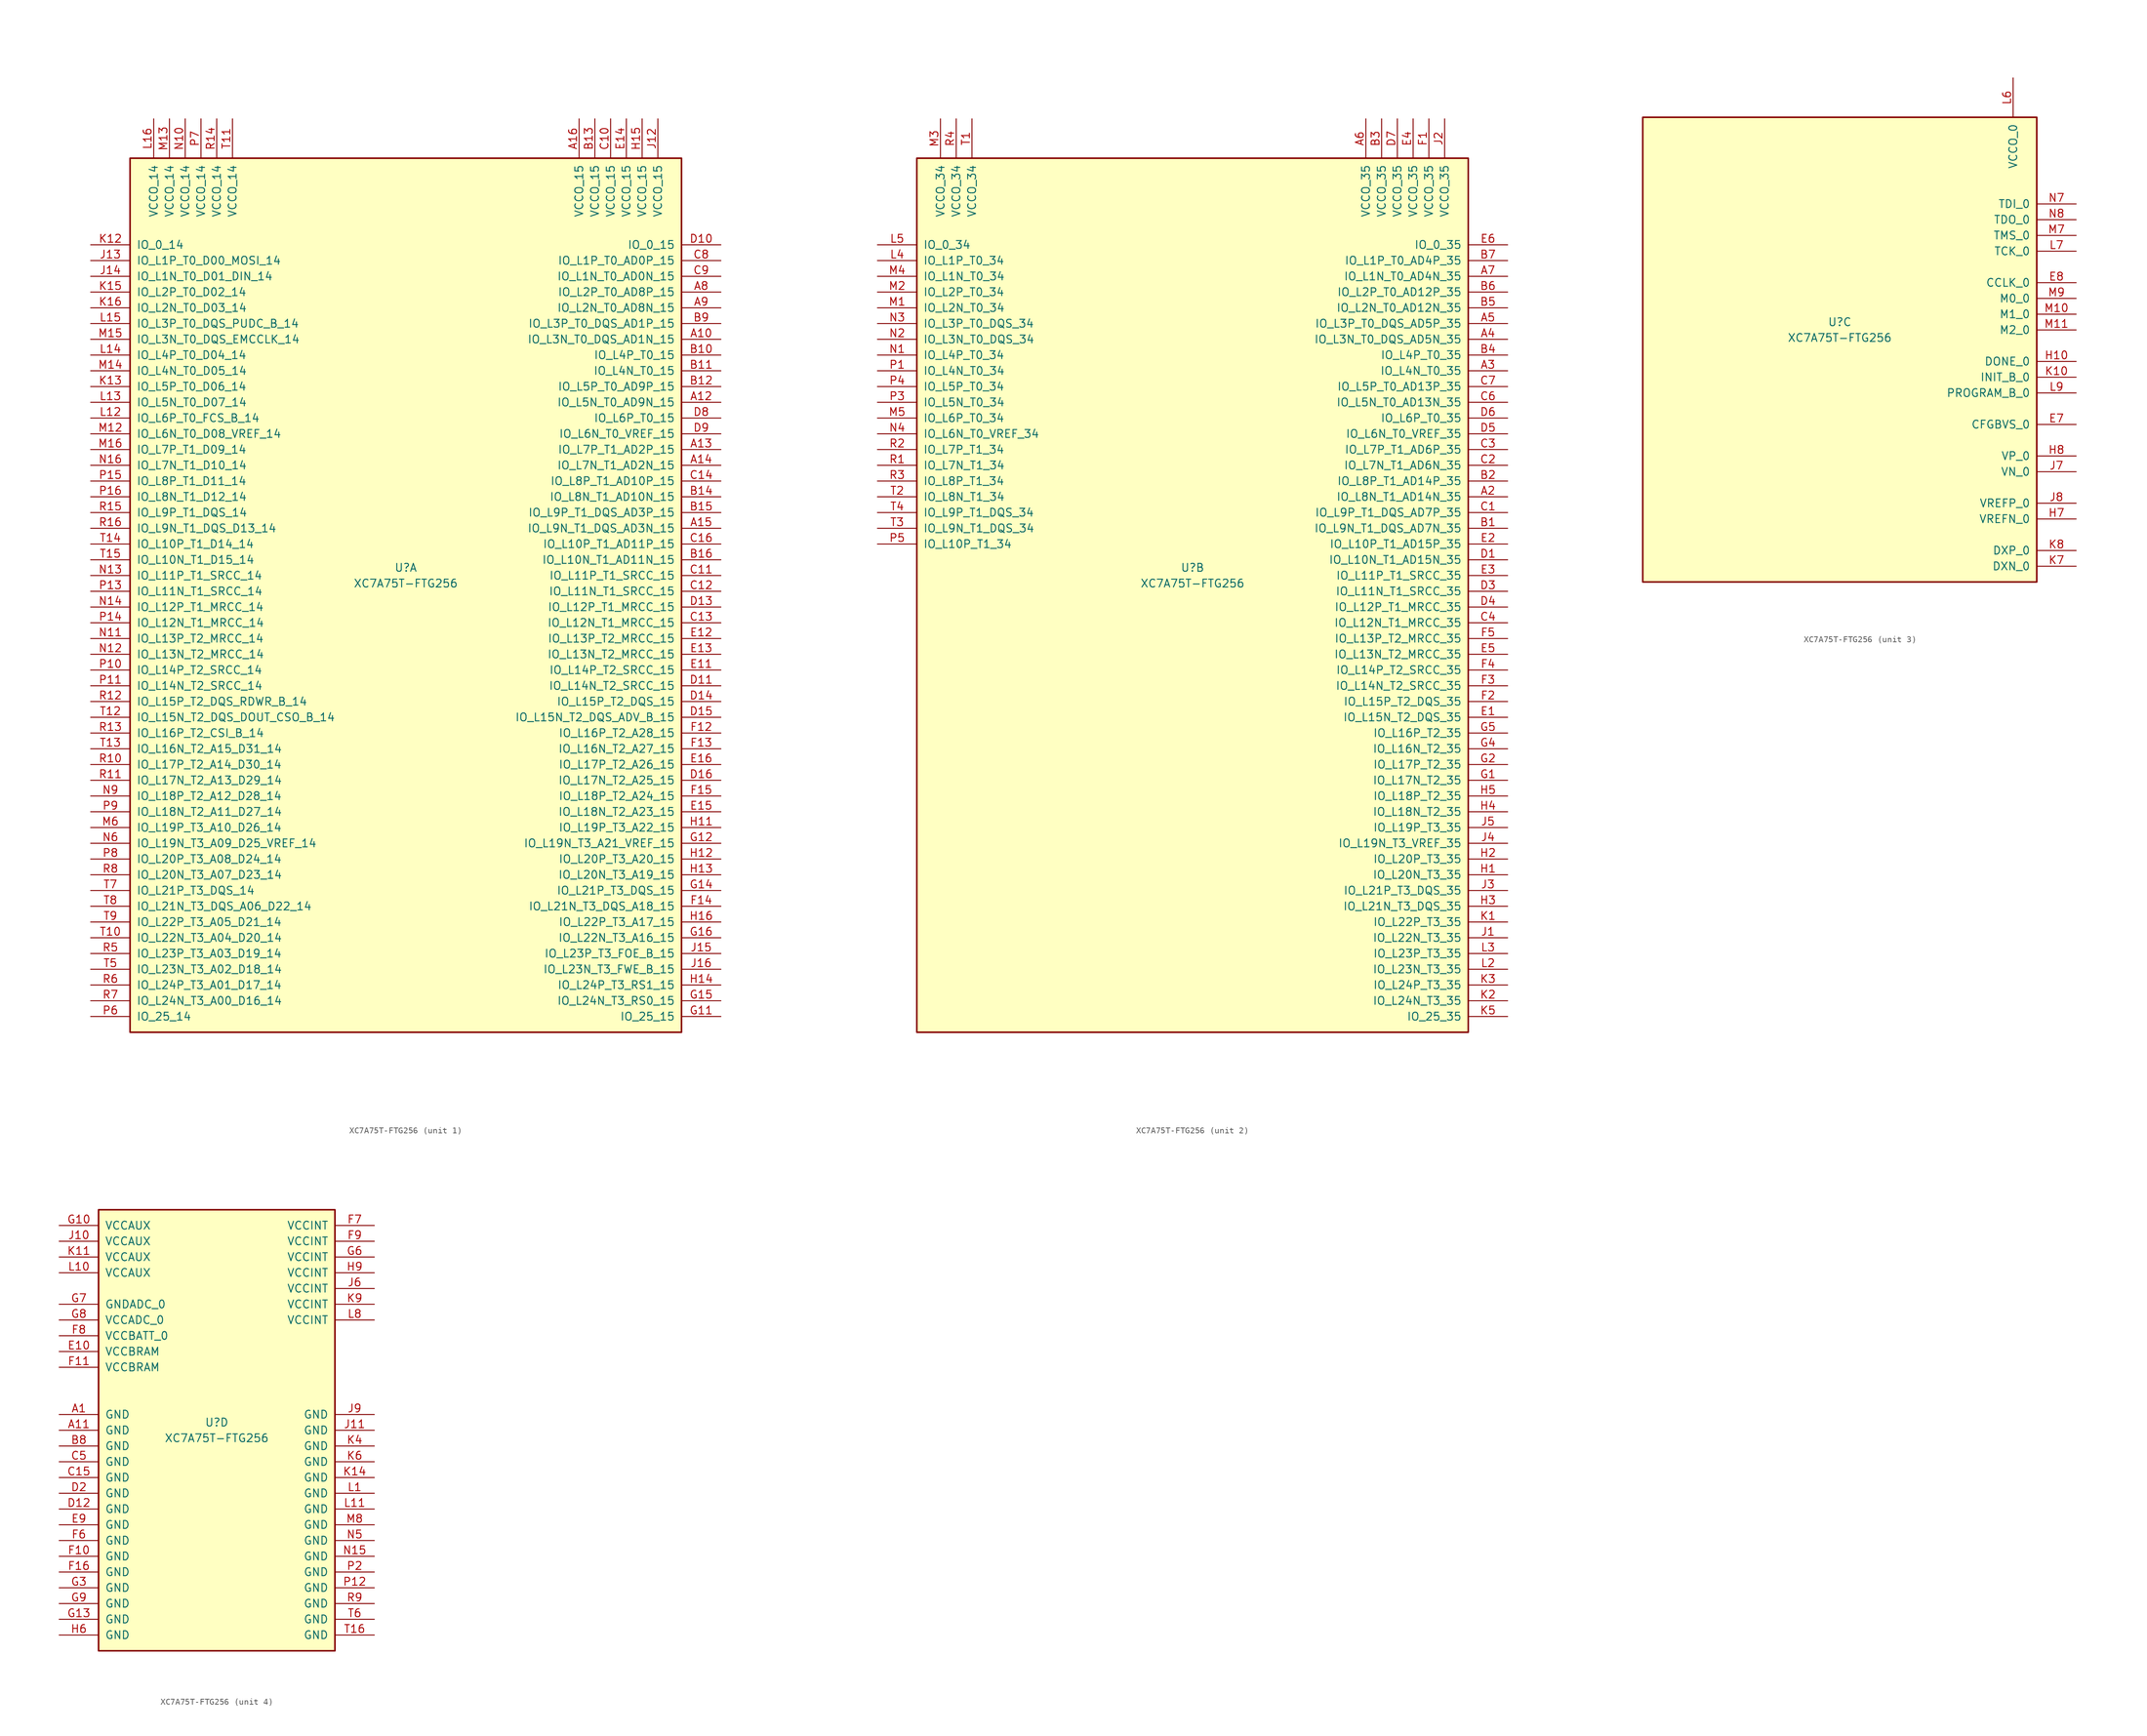
<source format=kicad_sym>
(kicad_symbol_lib
  (version 20201005)
  (generator kicad_symbol_editor)
  (symbol "FPGA_Xilinx_Artix7:XC7A75T-FTG256"
    (pin_names
      (offset 1.016))
    (property "Reference" "U"
      (at 0 1.27 0)
      (effects (font (size 1.27 1.27))))
    (property "Value" "XC7A75T-FTG256"
      (at 0 -1.27 0)
      (effects (font (size 1.27 1.27))))
    (property "Datasheet" ""
      (at 0 0 0)
      (effects (font (size 1.27 1.27))))
    (property "ki_locked" ""
      (at 0 0 0)
      (effects (font (size 1.27 1.27))))
    (symbol "XC7A75T-FTG256_1_1"
      (rectangle (start -44.45 67.31) (end 44.45 -73.66) (stroke (width 0.254)) (fill (type background)))
      (pin power_in line (at -40.64 73.66 270) (length 6.35) (name "VCCO_14" (effects (font (size 1.27 1.27)))) (number "L16" (effects (font (size 1.27 1.27)))))
      (pin power_in line (at -38.1 73.66 270) (length 6.35) (name "VCCO_14" (effects (font (size 1.27 1.27)))) (number "M13" (effects (font (size 1.27 1.27)))))
      (pin power_in line (at -35.56 73.66 270) (length 6.35) (name "VCCO_14" (effects (font (size 1.27 1.27)))) (number "N10" (effects (font (size 1.27 1.27)))))
      (pin power_in line (at -33.02 73.66 270) (length 6.35) (name "VCCO_14" (effects (font (size 1.27 1.27)))) (number "P7" (effects (font (size 1.27 1.27)))))
      (pin power_in line (at -30.48 73.66 270) (length 6.35) (name "VCCO_14" (effects (font (size 1.27 1.27)))) (number "R14" (effects (font (size 1.27 1.27)))))
      (pin power_in line (at -27.94 73.66 270) (length 6.35) (name "VCCO_14" (effects (font (size 1.27 1.27)))) (number "T11" (effects (font (size 1.27 1.27)))))
      (pin bidirectional line (at -50.8 53.34 0) (length 6.35) (name "IO_0_14" (effects (font (size 1.27 1.27)))) (number "K12" (effects (font (size 1.27 1.27)))))
      (pin bidirectional line (at -50.8 50.8 0) (length 6.35) (name "IO_L1P_T0_D00_MOSI_14" (effects (font (size 1.27 1.27)))) (number "J13" (effects (font (size 1.27 1.27)))))
      (pin bidirectional line (at -50.8 48.26 0) (length 6.35) (name "IO_L1N_T0_D01_DIN_14" (effects (font (size 1.27 1.27)))) (number "J14" (effects (font (size 1.27 1.27)))))
      (pin bidirectional line (at -50.8 45.72 0) (length 6.35) (name "IO_L2P_T0_D02_14" (effects (font (size 1.27 1.27)))) (number "K15" (effects (font (size 1.27 1.27)))))
      (pin bidirectional line (at -50.8 43.18 0) (length 6.35) (name "IO_L2N_T0_D03_14" (effects (font (size 1.27 1.27)))) (number "K16" (effects (font (size 1.27 1.27)))))
      (pin bidirectional line (at -50.8 40.64 0) (length 6.35) (name "IO_L3P_T0_DQS_PUDC_B_14" (effects (font (size 1.27 1.27)))) (number "L15" (effects (font (size 1.27 1.27)))))
      (pin bidirectional line (at -50.8 38.1 0) (length 6.35) (name "IO_L3N_T0_DQS_EMCCLK_14" (effects (font (size 1.27 1.27)))) (number "M15" (effects (font (size 1.27 1.27)))))
      (pin bidirectional line (at -50.8 35.56 0) (length 6.35) (name "IO_L4P_T0_D04_14" (effects (font (size 1.27 1.27)))) (number "L14" (effects (font (size 1.27 1.27)))))
      (pin bidirectional line (at -50.8 33.02 0) (length 6.35) (name "IO_L4N_T0_D05_14" (effects (font (size 1.27 1.27)))) (number "M14" (effects (font (size 1.27 1.27)))))
      (pin bidirectional line (at -50.8 30.48 0) (length 6.35) (name "IO_L5P_T0_D06_14" (effects (font (size 1.27 1.27)))) (number "K13" (effects (font (size 1.27 1.27)))))
      (pin bidirectional line (at -50.8 27.94 0) (length 6.35) (name "IO_L5N_T0_D07_14" (effects (font (size 1.27 1.27)))) (number "L13" (effects (font (size 1.27 1.27)))))
      (pin bidirectional line (at -50.8 25.4 0) (length 6.35) (name "IO_L6P_T0_FCS_B_14" (effects (font (size 1.27 1.27)))) (number "L12" (effects (font (size 1.27 1.27)))))
      (pin bidirectional line (at -50.8 22.86 0) (length 6.35) (name "IO_L6N_T0_D08_VREF_14" (effects (font (size 1.27 1.27)))) (number "M12" (effects (font (size 1.27 1.27)))))
      (pin bidirectional line (at -50.8 20.32 0) (length 6.35) (name "IO_L7P_T1_D09_14" (effects (font (size 1.27 1.27)))) (number "M16" (effects (font (size 1.27 1.27)))))
      (pin bidirectional line (at -50.8 17.78 0) (length 6.35) (name "IO_L7N_T1_D10_14" (effects (font (size 1.27 1.27)))) (number "N16" (effects (font (size 1.27 1.27)))))
      (pin bidirectional line (at -50.8 15.24 0) (length 6.35) (name "IO_L8P_T1_D11_14" (effects (font (size 1.27 1.27)))) (number "P15" (effects (font (size 1.27 1.27)))))
      (pin bidirectional line (at -50.8 12.7 0) (length 6.35) (name "IO_L8N_T1_D12_14" (effects (font (size 1.27 1.27)))) (number "P16" (effects (font (size 1.27 1.27)))))
      (pin bidirectional line (at -50.8 10.16 0) (length 6.35) (name "IO_L9P_T1_DQS_14" (effects (font (size 1.27 1.27)))) (number "R15" (effects (font (size 1.27 1.27)))))
      (pin bidirectional line (at -50.8 7.62 0) (length 6.35) (name "IO_L9N_T1_DQS_D13_14" (effects (font (size 1.27 1.27)))) (number "R16" (effects (font (size 1.27 1.27)))))
      (pin bidirectional line (at -50.8 5.08 0) (length 6.35) (name "IO_L10P_T1_D14_14" (effects (font (size 1.27 1.27)))) (number "T14" (effects (font (size 1.27 1.27)))))
      (pin bidirectional line (at -50.8 2.54 0) (length 6.35) (name "IO_L10N_T1_D15_14" (effects (font (size 1.27 1.27)))) (number "T15" (effects (font (size 1.27 1.27)))))
      (pin bidirectional line (at -50.8 0 0) (length 6.35) (name "IO_L11P_T1_SRCC_14" (effects (font (size 1.27 1.27)))) (number "N13" (effects (font (size 1.27 1.27)))))
      (pin bidirectional line (at -50.8 -2.54 0) (length 6.35) (name "IO_L11N_T1_SRCC_14" (effects (font (size 1.27 1.27)))) (number "P13" (effects (font (size 1.27 1.27)))))
      (pin bidirectional line (at -50.8 -5.08 0) (length 6.35) (name "IO_L12P_T1_MRCC_14" (effects (font (size 1.27 1.27)))) (number "N14" (effects (font (size 1.27 1.27)))))
      (pin bidirectional line (at -50.8 -7.62 0) (length 6.35) (name "IO_L12N_T1_MRCC_14" (effects (font (size 1.27 1.27)))) (number "P14" (effects (font (size 1.27 1.27)))))
      (pin bidirectional line (at -50.8 -10.16 0) (length 6.35) (name "IO_L13P_T2_MRCC_14" (effects (font (size 1.27 1.27)))) (number "N11" (effects (font (size 1.27 1.27)))))
      (pin bidirectional line (at -50.8 -12.7 0) (length 6.35) (name "IO_L13N_T2_MRCC_14" (effects (font (size 1.27 1.27)))) (number "N12" (effects (font (size 1.27 1.27)))))
      (pin bidirectional line (at -50.8 -15.24 0) (length 6.35) (name "IO_L14P_T2_SRCC_14" (effects (font (size 1.27 1.27)))) (number "P10" (effects (font (size 1.27 1.27)))))
      (pin bidirectional line (at -50.8 -17.78 0) (length 6.35) (name "IO_L14N_T2_SRCC_14" (effects (font (size 1.27 1.27)))) (number "P11" (effects (font (size 1.27 1.27)))))
      (pin bidirectional line (at -50.8 -20.32 0) (length 6.35) (name "IO_L15P_T2_DQS_RDWR_B_14" (effects (font (size 1.27 1.27)))) (number "R12" (effects (font (size 1.27 1.27)))))
      (pin bidirectional line (at -50.8 -22.86 0) (length 6.35) (name "IO_L15N_T2_DQS_DOUT_CSO_B_14" (effects (font (size 1.27 1.27)))) (number "T12" (effects (font (size 1.27 1.27)))))
      (pin bidirectional line (at -50.8 -25.4 0) (length 6.35) (name "IO_L16P_T2_CSI_B_14" (effects (font (size 1.27 1.27)))) (number "R13" (effects (font (size 1.27 1.27)))))
      (pin bidirectional line (at -50.8 -27.94 0) (length 6.35) (name "IO_L16N_T2_A15_D31_14" (effects (font (size 1.27 1.27)))) (number "T13" (effects (font (size 1.27 1.27)))))
      (pin bidirectional line (at -50.8 -30.48 0) (length 6.35) (name "IO_L17P_T2_A14_D30_14" (effects (font (size 1.27 1.27)))) (number "R10" (effects (font (size 1.27 1.27)))))
      (pin bidirectional line (at -50.8 -33.02 0) (length 6.35) (name "IO_L17N_T2_A13_D29_14" (effects (font (size 1.27 1.27)))) (number "R11" (effects (font (size 1.27 1.27)))))
      (pin bidirectional line (at -50.8 -35.56 0) (length 6.35) (name "IO_L18P_T2_A12_D28_14" (effects (font (size 1.27 1.27)))) (number "N9" (effects (font (size 1.27 1.27)))))
      (pin bidirectional line (at -50.8 -38.1 0) (length 6.35) (name "IO_L18N_T2_A11_D27_14" (effects (font (size 1.27 1.27)))) (number "P9" (effects (font (size 1.27 1.27)))))
      (pin bidirectional line (at -50.8 -40.64 0) (length 6.35) (name "IO_L19P_T3_A10_D26_14" (effects (font (size 1.27 1.27)))) (number "M6" (effects (font (size 1.27 1.27)))))
      (pin bidirectional line (at -50.8 -43.18 0) (length 6.35) (name "IO_L19N_T3_A09_D25_VREF_14" (effects (font (size 1.27 1.27)))) (number "N6" (effects (font (size 1.27 1.27)))))
      (pin bidirectional line (at -50.8 -45.72 0) (length 6.35) (name "IO_L20P_T3_A08_D24_14" (effects (font (size 1.27 1.27)))) (number "P8" (effects (font (size 1.27 1.27)))))
      (pin bidirectional line (at -50.8 -48.26 0) (length 6.35) (name "IO_L20N_T3_A07_D23_14" (effects (font (size 1.27 1.27)))) (number "R8" (effects (font (size 1.27 1.27)))))
      (pin bidirectional line (at -50.8 -50.8 0) (length 6.35) (name "IO_L21P_T3_DQS_14" (effects (font (size 1.27 1.27)))) (number "T7" (effects (font (size 1.27 1.27)))))
      (pin bidirectional line (at -50.8 -53.34 0) (length 6.35) (name "IO_L21N_T3_DQS_A06_D22_14" (effects (font (size 1.27 1.27)))) (number "T8" (effects (font (size 1.27 1.27)))))
      (pin bidirectional line (at -50.8 -55.88 0) (length 6.35) (name "IO_L22P_T3_A05_D21_14" (effects (font (size 1.27 1.27)))) (number "T9" (effects (font (size 1.27 1.27)))))
      (pin bidirectional line (at -50.8 -58.42 0) (length 6.35) (name "IO_L22N_T3_A04_D20_14" (effects (font (size 1.27 1.27)))) (number "T10" (effects (font (size 1.27 1.27)))))
      (pin bidirectional line (at -50.8 -60.96 0) (length 6.35) (name "IO_L23P_T3_A03_D19_14" (effects (font (size 1.27 1.27)))) (number "R5" (effects (font (size 1.27 1.27)))))
      (pin bidirectional line (at -50.8 -63.5 0) (length 6.35) (name "IO_L23N_T3_A02_D18_14" (effects (font (size 1.27 1.27)))) (number "T5" (effects (font (size 1.27 1.27)))))
      (pin bidirectional line (at -50.8 -66.04 0) (length 6.35) (name "IO_L24P_T3_A01_D17_14" (effects (font (size 1.27 1.27)))) (number "R6" (effects (font (size 1.27 1.27)))))
      (pin bidirectional line (at -50.8 -68.58 0) (length 6.35) (name "IO_L24N_T3_A00_D16_14" (effects (font (size 1.27 1.27)))) (number "R7" (effects (font (size 1.27 1.27)))))
      (pin bidirectional line (at -50.8 -71.12 0) (length 6.35) (name "IO_25_14" (effects (font (size 1.27 1.27)))) (number "P6" (effects (font (size 1.27 1.27)))))
      (pin power_in line (at 27.94 73.66 270) (length 6.35) (name "VCCO_15" (effects (font (size 1.27 1.27)))) (number "A16" (effects (font (size 1.27 1.27)))))
      (pin power_in line (at 30.48 73.66 270) (length 6.35) (name "VCCO_15" (effects (font (size 1.27 1.27)))) (number "B13" (effects (font (size 1.27 1.27)))))
      (pin power_in line (at 33.02 73.66 270) (length 6.35) (name "VCCO_15" (effects (font (size 1.27 1.27)))) (number "C10" (effects (font (size 1.27 1.27)))))
      (pin power_in line (at 35.56 73.66 270) (length 6.35) (name "VCCO_15" (effects (font (size 1.27 1.27)))) (number "E14" (effects (font (size 1.27 1.27)))))
      (pin power_in line (at 38.1 73.66 270) (length 6.35) (name "VCCO_15" (effects (font (size 1.27 1.27)))) (number "H15" (effects (font (size 1.27 1.27)))))
      (pin power_in line (at 40.64 73.66 270) (length 6.35) (name "VCCO_15" (effects (font (size 1.27 1.27)))) (number "J12" (effects (font (size 1.27 1.27)))))
      (pin bidirectional line (at 50.8 53.34 180) (length 6.35) (name "IO_0_15" (effects (font (size 1.27 1.27)))) (number "D10" (effects (font (size 1.27 1.27)))))
      (pin bidirectional line (at 50.8 50.8 180) (length 6.35) (name "IO_L1P_T0_AD0P_15" (effects (font (size 1.27 1.27)))) (number "C8" (effects (font (size 1.27 1.27)))))
      (pin bidirectional line (at 50.8 48.26 180) (length 6.35) (name "IO_L1N_T0_AD0N_15" (effects (font (size 1.27 1.27)))) (number "C9" (effects (font (size 1.27 1.27)))))
      (pin bidirectional line (at 50.8 45.72 180) (length 6.35) (name "IO_L2P_T0_AD8P_15" (effects (font (size 1.27 1.27)))) (number "A8" (effects (font (size 1.27 1.27)))))
      (pin bidirectional line (at 50.8 43.18 180) (length 6.35) (name "IO_L2N_T0_AD8N_15" (effects (font (size 1.27 1.27)))) (number "A9" (effects (font (size 1.27 1.27)))))
      (pin bidirectional line (at 50.8 40.64 180) (length 6.35) (name "IO_L3P_T0_DQS_AD1P_15" (effects (font (size 1.27 1.27)))) (number "B9" (effects (font (size 1.27 1.27)))))
      (pin bidirectional line (at 50.8 38.1 180) (length 6.35) (name "IO_L3N_T0_DQS_AD1N_15" (effects (font (size 1.27 1.27)))) (number "A10" (effects (font (size 1.27 1.27)))))
      (pin bidirectional line (at 50.8 35.56 180) (length 6.35) (name "IO_L4P_T0_15" (effects (font (size 1.27 1.27)))) (number "B10" (effects (font (size 1.27 1.27)))))
      (pin bidirectional line (at 50.8 33.02 180) (length 6.35) (name "IO_L4N_T0_15" (effects (font (size 1.27 1.27)))) (number "B11" (effects (font (size 1.27 1.27)))))
      (pin bidirectional line (at 50.8 30.48 180) (length 6.35) (name "IO_L5P_T0_AD9P_15" (effects (font (size 1.27 1.27)))) (number "B12" (effects (font (size 1.27 1.27)))))
      (pin bidirectional line (at 50.8 27.94 180) (length 6.35) (name "IO_L5N_T0_AD9N_15" (effects (font (size 1.27 1.27)))) (number "A12" (effects (font (size 1.27 1.27)))))
      (pin bidirectional line (at 50.8 25.4 180) (length 6.35) (name "IO_L6P_T0_15" (effects (font (size 1.27 1.27)))) (number "D8" (effects (font (size 1.27 1.27)))))
      (pin bidirectional line (at 50.8 22.86 180) (length 6.35) (name "IO_L6N_T0_VREF_15" (effects (font (size 1.27 1.27)))) (number "D9" (effects (font (size 1.27 1.27)))))
      (pin bidirectional line (at 50.8 20.32 180) (length 6.35) (name "IO_L7P_T1_AD2P_15" (effects (font (size 1.27 1.27)))) (number "A13" (effects (font (size 1.27 1.27)))))
      (pin bidirectional line (at 50.8 17.78 180) (length 6.35) (name "IO_L7N_T1_AD2N_15" (effects (font (size 1.27 1.27)))) (number "A14" (effects (font (size 1.27 1.27)))))
      (pin bidirectional line (at 50.8 15.24 180) (length 6.35) (name "IO_L8P_T1_AD10P_15" (effects (font (size 1.27 1.27)))) (number "C14" (effects (font (size 1.27 1.27)))))
      (pin bidirectional line (at 50.8 12.7 180) (length 6.35) (name "IO_L8N_T1_AD10N_15" (effects (font (size 1.27 1.27)))) (number "B14" (effects (font (size 1.27 1.27)))))
      (pin bidirectional line (at 50.8 10.16 180) (length 6.35) (name "IO_L9P_T1_DQS_AD3P_15" (effects (font (size 1.27 1.27)))) (number "B15" (effects (font (size 1.27 1.27)))))
      (pin bidirectional line (at 50.8 7.62 180) (length 6.35) (name "IO_L9N_T1_DQS_AD3N_15" (effects (font (size 1.27 1.27)))) (number "A15" (effects (font (size 1.27 1.27)))))
      (pin bidirectional line (at 50.8 5.08 180) (length 6.35) (name "IO_L10P_T1_AD11P_15" (effects (font (size 1.27 1.27)))) (number "C16" (effects (font (size 1.27 1.27)))))
      (pin bidirectional line (at 50.8 2.54 180) (length 6.35) (name "IO_L10N_T1_AD11N_15" (effects (font (size 1.27 1.27)))) (number "B16" (effects (font (size 1.27 1.27)))))
      (pin bidirectional line (at 50.8 0 180) (length 6.35) (name "IO_L11P_T1_SRCC_15" (effects (font (size 1.27 1.27)))) (number "C11" (effects (font (size 1.27 1.27)))))
      (pin bidirectional line (at 50.8 -2.54 180) (length 6.35) (name "IO_L11N_T1_SRCC_15" (effects (font (size 1.27 1.27)))) (number "C12" (effects (font (size 1.27 1.27)))))
      (pin bidirectional line (at 50.8 -5.08 180) (length 6.35) (name "IO_L12P_T1_MRCC_15" (effects (font (size 1.27 1.27)))) (number "D13" (effects (font (size 1.27 1.27)))))
      (pin bidirectional line (at 50.8 -7.62 180) (length 6.35) (name "IO_L12N_T1_MRCC_15" (effects (font (size 1.27 1.27)))) (number "C13" (effects (font (size 1.27 1.27)))))
      (pin bidirectional line (at 50.8 -10.16 180) (length 6.35) (name "IO_L13P_T2_MRCC_15" (effects (font (size 1.27 1.27)))) (number "E12" (effects (font (size 1.27 1.27)))))
      (pin bidirectional line (at 50.8 -12.7 180) (length 6.35) (name "IO_L13N_T2_MRCC_15" (effects (font (size 1.27 1.27)))) (number "E13" (effects (font (size 1.27 1.27)))))
      (pin bidirectional line (at 50.8 -15.24 180) (length 6.35) (name "IO_L14P_T2_SRCC_15" (effects (font (size 1.27 1.27)))) (number "E11" (effects (font (size 1.27 1.27)))))
      (pin bidirectional line (at 50.8 -17.78 180) (length 6.35) (name "IO_L14N_T2_SRCC_15" (effects (font (size 1.27 1.27)))) (number "D11" (effects (font (size 1.27 1.27)))))
      (pin bidirectional line (at 50.8 -20.32 180) (length 6.35) (name "IO_L15P_T2_DQS_15" (effects (font (size 1.27 1.27)))) (number "D14" (effects (font (size 1.27 1.27)))))
      (pin bidirectional line (at 50.8 -22.86 180) (length 6.35) (name "IO_L15N_T2_DQS_ADV_B_15" (effects (font (size 1.27 1.27)))) (number "D15" (effects (font (size 1.27 1.27)))))
      (pin bidirectional line (at 50.8 -25.4 180) (length 6.35) (name "IO_L16P_T2_A28_15" (effects (font (size 1.27 1.27)))) (number "F12" (effects (font (size 1.27 1.27)))))
      (pin bidirectional line (at 50.8 -27.94 180) (length 6.35) (name "IO_L16N_T2_A27_15" (effects (font (size 1.27 1.27)))) (number "F13" (effects (font (size 1.27 1.27)))))
      (pin bidirectional line (at 50.8 -30.48 180) (length 6.35) (name "IO_L17P_T2_A26_15" (effects (font (size 1.27 1.27)))) (number "E16" (effects (font (size 1.27 1.27)))))
      (pin bidirectional line (at 50.8 -33.02 180) (length 6.35) (name "IO_L17N_T2_A25_15" (effects (font (size 1.27 1.27)))) (number "D16" (effects (font (size 1.27 1.27)))))
      (pin bidirectional line (at 50.8 -35.56 180) (length 6.35) (name "IO_L18P_T2_A24_15" (effects (font (size 1.27 1.27)))) (number "F15" (effects (font (size 1.27 1.27)))))
      (pin bidirectional line (at 50.8 -38.1 180) (length 6.35) (name "IO_L18N_T2_A23_15" (effects (font (size 1.27 1.27)))) (number "E15" (effects (font (size 1.27 1.27)))))
      (pin bidirectional line (at 50.8 -40.64 180) (length 6.35) (name "IO_L19P_T3_A22_15" (effects (font (size 1.27 1.27)))) (number "H11" (effects (font (size 1.27 1.27)))))
      (pin bidirectional line (at 50.8 -43.18 180) (length 6.35) (name "IO_L19N_T3_A21_VREF_15" (effects (font (size 1.27 1.27)))) (number "G12" (effects (font (size 1.27 1.27)))))
      (pin bidirectional line (at 50.8 -45.72 180) (length 6.35) (name "IO_L20P_T3_A20_15" (effects (font (size 1.27 1.27)))) (number "H12" (effects (font (size 1.27 1.27)))))
      (pin bidirectional line (at 50.8 -48.26 180) (length 6.35) (name "IO_L20N_T3_A19_15" (effects (font (size 1.27 1.27)))) (number "H13" (effects (font (size 1.27 1.27)))))
      (pin bidirectional line (at 50.8 -50.8 180) (length 6.35) (name "IO_L21P_T3_DQS_15" (effects (font (size 1.27 1.27)))) (number "G14" (effects (font (size 1.27 1.27)))))
      (pin bidirectional line (at 50.8 -53.34 180) (length 6.35) (name "IO_L21N_T3_DQS_A18_15" (effects (font (size 1.27 1.27)))) (number "F14" (effects (font (size 1.27 1.27)))))
      (pin bidirectional line (at 50.8 -55.88 180) (length 6.35) (name "IO_L22P_T3_A17_15" (effects (font (size 1.27 1.27)))) (number "H16" (effects (font (size 1.27 1.27)))))
      (pin bidirectional line (at 50.8 -58.42 180) (length 6.35) (name "IO_L22N_T3_A16_15" (effects (font (size 1.27 1.27)))) (number "G16" (effects (font (size 1.27 1.27)))))
      (pin bidirectional line (at 50.8 -60.96 180) (length 6.35) (name "IO_L23P_T3_FOE_B_15" (effects (font (size 1.27 1.27)))) (number "J15" (effects (font (size 1.27 1.27)))))
      (pin bidirectional line (at 50.8 -63.5 180) (length 6.35) (name "IO_L23N_T3_FWE_B_15" (effects (font (size 1.27 1.27)))) (number "J16" (effects (font (size 1.27 1.27)))))
      (pin bidirectional line (at 50.8 -66.04 180) (length 6.35) (name "IO_L24P_T3_RS1_15" (effects (font (size 1.27 1.27)))) (number "H14" (effects (font (size 1.27 1.27)))))
      (pin bidirectional line (at 50.8 -68.58 180) (length 6.35) (name "IO_L24N_T3_RS0_15" (effects (font (size 1.27 1.27)))) (number "G15" (effects (font (size 1.27 1.27)))))
      (pin bidirectional line (at 50.8 -71.12 180) (length 6.35) (name "IO_25_15" (effects (font (size 1.27 1.27)))) (number "G11" (effects (font (size 1.27 1.27))))))
    (symbol "XC7A75T-FTG256_2_1"
      (rectangle (start -44.45 67.31) (end 44.45 -73.66) (stroke (width 0.254)) (fill (type background)))
      (pin power_in line (at -40.64 73.66 270) (length 6.35) (name "VCCO_34" (effects (font (size 1.27 1.27)))) (number "M3" (effects (font (size 1.27 1.27)))))
      (pin power_in line (at -38.1 73.66 270) (length 6.35) (name "VCCO_34" (effects (font (size 1.27 1.27)))) (number "R4" (effects (font (size 1.27 1.27)))))
      (pin power_in line (at -35.56 73.66 270) (length 6.35) (name "VCCO_34" (effects (font (size 1.27 1.27)))) (number "T1" (effects (font (size 1.27 1.27)))))
      (pin bidirectional line (at -50.8 53.34 0) (length 6.35) (name "IO_0_34" (effects (font (size 1.27 1.27)))) (number "L5" (effects (font (size 1.27 1.27)))))
      (pin bidirectional line (at -50.8 50.8 0) (length 6.35) (name "IO_L1P_T0_34" (effects (font (size 1.27 1.27)))) (number "L4" (effects (font (size 1.27 1.27)))))
      (pin bidirectional line (at -50.8 48.26 0) (length 6.35) (name "IO_L1N_T0_34" (effects (font (size 1.27 1.27)))) (number "M4" (effects (font (size 1.27 1.27)))))
      (pin bidirectional line (at -50.8 45.72 0) (length 6.35) (name "IO_L2P_T0_34" (effects (font (size 1.27 1.27)))) (number "M2" (effects (font (size 1.27 1.27)))))
      (pin bidirectional line (at -50.8 43.18 0) (length 6.35) (name "IO_L2N_T0_34" (effects (font (size 1.27 1.27)))) (number "M1" (effects (font (size 1.27 1.27)))))
      (pin bidirectional line (at -50.8 40.64 0) (length 6.35) (name "IO_L3P_T0_DQS_34" (effects (font (size 1.27 1.27)))) (number "N3" (effects (font (size 1.27 1.27)))))
      (pin bidirectional line (at -50.8 38.1 0) (length 6.35) (name "IO_L3N_T0_DQS_34" (effects (font (size 1.27 1.27)))) (number "N2" (effects (font (size 1.27 1.27)))))
      (pin bidirectional line (at -50.8 35.56 0) (length 6.35) (name "IO_L4P_T0_34" (effects (font (size 1.27 1.27)))) (number "N1" (effects (font (size 1.27 1.27)))))
      (pin bidirectional line (at -50.8 33.02 0) (length 6.35) (name "IO_L4N_T0_34" (effects (font (size 1.27 1.27)))) (number "P1" (effects (font (size 1.27 1.27)))))
      (pin bidirectional line (at -50.8 30.48 0) (length 6.35) (name "IO_L5P_T0_34" (effects (font (size 1.27 1.27)))) (number "P4" (effects (font (size 1.27 1.27)))))
      (pin bidirectional line (at -50.8 27.94 0) (length 6.35) (name "IO_L5N_T0_34" (effects (font (size 1.27 1.27)))) (number "P3" (effects (font (size 1.27 1.27)))))
      (pin bidirectional line (at -50.8 25.4 0) (length 6.35) (name "IO_L6P_T0_34" (effects (font (size 1.27 1.27)))) (number "M5" (effects (font (size 1.27 1.27)))))
      (pin bidirectional line (at -50.8 22.86 0) (length 6.35) (name "IO_L6N_T0_VREF_34" (effects (font (size 1.27 1.27)))) (number "N4" (effects (font (size 1.27 1.27)))))
      (pin bidirectional line (at -50.8 20.32 0) (length 6.35) (name "IO_L7P_T1_34" (effects (font (size 1.27 1.27)))) (number "R2" (effects (font (size 1.27 1.27)))))
      (pin bidirectional line (at -50.8 17.78 0) (length 6.35) (name "IO_L7N_T1_34" (effects (font (size 1.27 1.27)))) (number "R1" (effects (font (size 1.27 1.27)))))
      (pin bidirectional line (at -50.8 15.24 0) (length 6.35) (name "IO_L8P_T1_34" (effects (font (size 1.27 1.27)))) (number "R3" (effects (font (size 1.27 1.27)))))
      (pin bidirectional line (at -50.8 12.7 0) (length 6.35) (name "IO_L8N_T1_34" (effects (font (size 1.27 1.27)))) (number "T2" (effects (font (size 1.27 1.27)))))
      (pin bidirectional line (at -50.8 10.16 0) (length 6.35) (name "IO_L9P_T1_DQS_34" (effects (font (size 1.27 1.27)))) (number "T4" (effects (font (size 1.27 1.27)))))
      (pin bidirectional line (at -50.8 7.62 0) (length 6.35) (name "IO_L9N_T1_DQS_34" (effects (font (size 1.27 1.27)))) (number "T3" (effects (font (size 1.27 1.27)))))
      (pin bidirectional line (at -50.8 5.08 0) (length 6.35) (name "IO_L10P_T1_34" (effects (font (size 1.27 1.27)))) (number "P5" (effects (font (size 1.27 1.27)))))
      (pin power_in line (at 27.94 73.66 270) (length 6.35) (name "VCCO_35" (effects (font (size 1.27 1.27)))) (number "A6" (effects (font (size 1.27 1.27)))))
      (pin power_in line (at 30.48 73.66 270) (length 6.35) (name "VCCO_35" (effects (font (size 1.27 1.27)))) (number "B3" (effects (font (size 1.27 1.27)))))
      (pin power_in line (at 33.02 73.66 270) (length 6.35) (name "VCCO_35" (effects (font (size 1.27 1.27)))) (number "D7" (effects (font (size 1.27 1.27)))))
      (pin power_in line (at 35.56 73.66 270) (length 6.35) (name "VCCO_35" (effects (font (size 1.27 1.27)))) (number "E4" (effects (font (size 1.27 1.27)))))
      (pin power_in line (at 38.1 73.66 270) (length 6.35) (name "VCCO_35" (effects (font (size 1.27 1.27)))) (number "F1" (effects (font (size 1.27 1.27)))))
      (pin power_in line (at 40.64 73.66 270) (length 6.35) (name "VCCO_35" (effects (font (size 1.27 1.27)))) (number "J2" (effects (font (size 1.27 1.27)))))
      (pin bidirectional line (at 50.8 53.34 180) (length 6.35) (name "IO_0_35" (effects (font (size 1.27 1.27)))) (number "E6" (effects (font (size 1.27 1.27)))))
      (pin bidirectional line (at 50.8 50.8 180) (length 6.35) (name "IO_L1P_T0_AD4P_35" (effects (font (size 1.27 1.27)))) (number "B7" (effects (font (size 1.27 1.27)))))
      (pin bidirectional line (at 50.8 48.26 180) (length 6.35) (name "IO_L1N_T0_AD4N_35" (effects (font (size 1.27 1.27)))) (number "A7" (effects (font (size 1.27 1.27)))))
      (pin bidirectional line (at 50.8 45.72 180) (length 6.35) (name "IO_L2P_T0_AD12P_35" (effects (font (size 1.27 1.27)))) (number "B6" (effects (font (size 1.27 1.27)))))
      (pin bidirectional line (at 50.8 43.18 180) (length 6.35) (name "IO_L2N_T0_AD12N_35" (effects (font (size 1.27 1.27)))) (number "B5" (effects (font (size 1.27 1.27)))))
      (pin bidirectional line (at 50.8 40.64 180) (length 6.35) (name "IO_L3P_T0_DQS_AD5P_35" (effects (font (size 1.27 1.27)))) (number "A5" (effects (font (size 1.27 1.27)))))
      (pin bidirectional line (at 50.8 38.1 180) (length 6.35) (name "IO_L3N_T0_DQS_AD5N_35" (effects (font (size 1.27 1.27)))) (number "A4" (effects (font (size 1.27 1.27)))))
      (pin bidirectional line (at 50.8 35.56 180) (length 6.35) (name "IO_L4P_T0_35" (effects (font (size 1.27 1.27)))) (number "B4" (effects (font (size 1.27 1.27)))))
      (pin bidirectional line (at 50.8 33.02 180) (length 6.35) (name "IO_L4N_T0_35" (effects (font (size 1.27 1.27)))) (number "A3" (effects (font (size 1.27 1.27)))))
      (pin bidirectional line (at 50.8 30.48 180) (length 6.35) (name "IO_L5P_T0_AD13P_35" (effects (font (size 1.27 1.27)))) (number "C7" (effects (font (size 1.27 1.27)))))
      (pin bidirectional line (at 50.8 27.94 180) (length 6.35) (name "IO_L5N_T0_AD13N_35" (effects (font (size 1.27 1.27)))) (number "C6" (effects (font (size 1.27 1.27)))))
      (pin bidirectional line (at 50.8 25.4 180) (length 6.35) (name "IO_L6P_T0_35" (effects (font (size 1.27 1.27)))) (number "D6" (effects (font (size 1.27 1.27)))))
      (pin bidirectional line (at 50.8 22.86 180) (length 6.35) (name "IO_L6N_T0_VREF_35" (effects (font (size 1.27 1.27)))) (number "D5" (effects (font (size 1.27 1.27)))))
      (pin bidirectional line (at 50.8 20.32 180) (length 6.35) (name "IO_L7P_T1_AD6P_35" (effects (font (size 1.27 1.27)))) (number "C3" (effects (font (size 1.27 1.27)))))
      (pin bidirectional line (at 50.8 17.78 180) (length 6.35) (name "IO_L7N_T1_AD6N_35" (effects (font (size 1.27 1.27)))) (number "C2" (effects (font (size 1.27 1.27)))))
      (pin bidirectional line (at 50.8 15.24 180) (length 6.35) (name "IO_L8P_T1_AD14P_35" (effects (font (size 1.27 1.27)))) (number "B2" (effects (font (size 1.27 1.27)))))
      (pin bidirectional line (at 50.8 12.7 180) (length 6.35) (name "IO_L8N_T1_AD14N_35" (effects (font (size 1.27 1.27)))) (number "A2" (effects (font (size 1.27 1.27)))))
      (pin bidirectional line (at 50.8 10.16 180) (length 6.35) (name "IO_L9P_T1_DQS_AD7P_35" (effects (font (size 1.27 1.27)))) (number "C1" (effects (font (size 1.27 1.27)))))
      (pin bidirectional line (at 50.8 7.62 180) (length 6.35) (name "IO_L9N_T1_DQS_AD7N_35" (effects (font (size 1.27 1.27)))) (number "B1" (effects (font (size 1.27 1.27)))))
      (pin bidirectional line (at 50.8 5.08 180) (length 6.35) (name "IO_L10P_T1_AD15P_35" (effects (font (size 1.27 1.27)))) (number "E2" (effects (font (size 1.27 1.27)))))
      (pin bidirectional line (at 50.8 2.54 180) (length 6.35) (name "IO_L10N_T1_AD15N_35" (effects (font (size 1.27 1.27)))) (number "D1" (effects (font (size 1.27 1.27)))))
      (pin bidirectional line (at 50.8 0 180) (length 6.35) (name "IO_L11P_T1_SRCC_35" (effects (font (size 1.27 1.27)))) (number "E3" (effects (font (size 1.27 1.27)))))
      (pin bidirectional line (at 50.8 -2.54 180) (length 6.35) (name "IO_L11N_T1_SRCC_35" (effects (font (size 1.27 1.27)))) (number "D3" (effects (font (size 1.27 1.27)))))
      (pin bidirectional line (at 50.8 -5.08 180) (length 6.35) (name "IO_L12P_T1_MRCC_35" (effects (font (size 1.27 1.27)))) (number "D4" (effects (font (size 1.27 1.27)))))
      (pin bidirectional line (at 50.8 -7.62 180) (length 6.35) (name "IO_L12N_T1_MRCC_35" (effects (font (size 1.27 1.27)))) (number "C4" (effects (font (size 1.27 1.27)))))
      (pin bidirectional line (at 50.8 -10.16 180) (length 6.35) (name "IO_L13P_T2_MRCC_35" (effects (font (size 1.27 1.27)))) (number "F5" (effects (font (size 1.27 1.27)))))
      (pin bidirectional line (at 50.8 -12.7 180) (length 6.35) (name "IO_L13N_T2_MRCC_35" (effects (font (size 1.27 1.27)))) (number "E5" (effects (font (size 1.27 1.27)))))
      (pin bidirectional line (at 50.8 -15.24 180) (length 6.35) (name "IO_L14P_T2_SRCC_35" (effects (font (size 1.27 1.27)))) (number "F4" (effects (font (size 1.27 1.27)))))
      (pin bidirectional line (at 50.8 -17.78 180) (length 6.35) (name "IO_L14N_T2_SRCC_35" (effects (font (size 1.27 1.27)))) (number "F3" (effects (font (size 1.27 1.27)))))
      (pin bidirectional line (at 50.8 -20.32 180) (length 6.35) (name "IO_L15P_T2_DQS_35" (effects (font (size 1.27 1.27)))) (number "F2" (effects (font (size 1.27 1.27)))))
      (pin bidirectional line (at 50.8 -22.86 180) (length 6.35) (name "IO_L15N_T2_DQS_35" (effects (font (size 1.27 1.27)))) (number "E1" (effects (font (size 1.27 1.27)))))
      (pin bidirectional line (at 50.8 -25.4 180) (length 6.35) (name "IO_L16P_T2_35" (effects (font (size 1.27 1.27)))) (number "G5" (effects (font (size 1.27 1.27)))))
      (pin bidirectional line (at 50.8 -27.94 180) (length 6.35) (name "IO_L16N_T2_35" (effects (font (size 1.27 1.27)))) (number "G4" (effects (font (size 1.27 1.27)))))
      (pin bidirectional line (at 50.8 -30.48 180) (length 6.35) (name "IO_L17P_T2_35" (effects (font (size 1.27 1.27)))) (number "G2" (effects (font (size 1.27 1.27)))))
      (pin bidirectional line (at 50.8 -33.02 180) (length 6.35) (name "IO_L17N_T2_35" (effects (font (size 1.27 1.27)))) (number "G1" (effects (font (size 1.27 1.27)))))
      (pin bidirectional line (at 50.8 -35.56 180) (length 6.35) (name "IO_L18P_T2_35" (effects (font (size 1.27 1.27)))) (number "H5" (effects (font (size 1.27 1.27)))))
      (pin bidirectional line (at 50.8 -38.1 180) (length 6.35) (name "IO_L18N_T2_35" (effects (font (size 1.27 1.27)))) (number "H4" (effects (font (size 1.27 1.27)))))
      (pin bidirectional line (at 50.8 -40.64 180) (length 6.35) (name "IO_L19P_T3_35" (effects (font (size 1.27 1.27)))) (number "J5" (effects (font (size 1.27 1.27)))))
      (pin bidirectional line (at 50.8 -43.18 180) (length 6.35) (name "IO_L19N_T3_VREF_35" (effects (font (size 1.27 1.27)))) (number "J4" (effects (font (size 1.27 1.27)))))
      (pin bidirectional line (at 50.8 -45.72 180) (length 6.35) (name "IO_L20P_T3_35" (effects (font (size 1.27 1.27)))) (number "H2" (effects (font (size 1.27 1.27)))))
      (pin bidirectional line (at 50.8 -48.26 180) (length 6.35) (name "IO_L20N_T3_35" (effects (font (size 1.27 1.27)))) (number "H1" (effects (font (size 1.27 1.27)))))
      (pin bidirectional line (at 50.8 -50.8 180) (length 6.35) (name "IO_L21P_T3_DQS_35" (effects (font (size 1.27 1.27)))) (number "J3" (effects (font (size 1.27 1.27)))))
      (pin bidirectional line (at 50.8 -53.34 180) (length 6.35) (name "IO_L21N_T3_DQS_35" (effects (font (size 1.27 1.27)))) (number "H3" (effects (font (size 1.27 1.27)))))
      (pin bidirectional line (at 50.8 -55.88 180) (length 6.35) (name "IO_L22P_T3_35" (effects (font (size 1.27 1.27)))) (number "K1" (effects (font (size 1.27 1.27)))))
      (pin bidirectional line (at 50.8 -58.42 180) (length 6.35) (name "IO_L22N_T3_35" (effects (font (size 1.27 1.27)))) (number "J1" (effects (font (size 1.27 1.27)))))
      (pin bidirectional line (at 50.8 -60.96 180) (length 6.35) (name "IO_L23P_T3_35" (effects (font (size 1.27 1.27)))) (number "L3" (effects (font (size 1.27 1.27)))))
      (pin bidirectional line (at 50.8 -63.5 180) (length 6.35) (name "IO_L23N_T3_35" (effects (font (size 1.27 1.27)))) (number "L2" (effects (font (size 1.27 1.27)))))
      (pin bidirectional line (at 50.8 -66.04 180) (length 6.35) (name "IO_L24P_T3_35" (effects (font (size 1.27 1.27)))) (number "K3" (effects (font (size 1.27 1.27)))))
      (pin bidirectional line (at 50.8 -68.58 180) (length 6.35) (name "IO_L24N_T3_35" (effects (font (size 1.27 1.27)))) (number "K2" (effects (font (size 1.27 1.27)))))
      (pin bidirectional line (at 50.8 -71.12 180) (length 6.35) (name "IO_25_35" (effects (font (size 1.27 1.27)))) (number "K5" (effects (font (size 1.27 1.27))))))
    (symbol "XC7A75T-FTG256_3_1"
      (rectangle (start -31.75 34.29) (end 31.75 -40.64) (stroke (width 0.254)) (fill (type background)))
      (pin power_in line (at 27.94 40.64 270) (length 6.35) (name "VCCO_0" (effects (font (size 1.27 1.27)))) (number "L6" (effects (font (size 1.27 1.27)))))
      (pin bidirectional line (at 38.1 20.32 180) (length 6.35) (name "TDI_0" (effects (font (size 1.27 1.27)))) (number "N7" (effects (font (size 1.27 1.27)))))
      (pin bidirectional line (at 38.1 17.78 180) (length 6.35) (name "TDO_0" (effects (font (size 1.27 1.27)))) (number "N8" (effects (font (size 1.27 1.27)))))
      (pin bidirectional line (at 38.1 15.24 180) (length 6.35) (name "TMS_0" (effects (font (size 1.27 1.27)))) (number "M7" (effects (font (size 1.27 1.27)))))
      (pin bidirectional line (at 38.1 12.7 180) (length 6.35) (name "TCK_0" (effects (font (size 1.27 1.27)))) (number "L7" (effects (font (size 1.27 1.27)))))
      (pin bidirectional line (at 38.1 7.62 180) (length 6.35) (name "CCLK_0" (effects (font (size 1.27 1.27)))) (number "E8" (effects (font (size 1.27 1.27)))))
      (pin bidirectional line (at 38.1 5.08 180) (length 6.35) (name "M0_0" (effects (font (size 1.27 1.27)))) (number "M9" (effects (font (size 1.27 1.27)))))
      (pin bidirectional line (at 38.1 2.54 180) (length 6.35) (name "M1_0" (effects (font (size 1.27 1.27)))) (number "M10" (effects (font (size 1.27 1.27)))))
      (pin bidirectional line (at 38.1 0 180) (length 6.35) (name "M2_0" (effects (font (size 1.27 1.27)))) (number "M11" (effects (font (size 1.27 1.27)))))
      (pin bidirectional line (at 38.1 -5.08 180) (length 6.35) (name "DONE_0" (effects (font (size 1.27 1.27)))) (number "H10" (effects (font (size 1.27 1.27)))))
      (pin bidirectional line (at 38.1 -7.62 180) (length 6.35) (name "INIT_B_0" (effects (font (size 1.27 1.27)))) (number "K10" (effects (font (size 1.27 1.27)))))
      (pin bidirectional line (at 38.1 -10.16 180) (length 6.35) (name "PROGRAM_B_0" (effects (font (size 1.27 1.27)))) (number "L9" (effects (font (size 1.27 1.27)))))
      (pin bidirectional line (at 38.1 -15.24 180) (length 6.35) (name "CFGBVS_0" (effects (font (size 1.27 1.27)))) (number "E7" (effects (font (size 1.27 1.27)))))
      (pin bidirectional line (at 38.1 -20.32 180) (length 6.35) (name "VP_0" (effects (font (size 1.27 1.27)))) (number "H8" (effects (font (size 1.27 1.27)))))
      (pin bidirectional line (at 38.1 -22.86 180) (length 6.35) (name "VN_0" (effects (font (size 1.27 1.27)))) (number "J7" (effects (font (size 1.27 1.27)))))
      (pin bidirectional line (at 38.1 -27.94 180) (length 6.35) (name "VREFP_0" (effects (font (size 1.27 1.27)))) (number "J8" (effects (font (size 1.27 1.27)))))
      (pin bidirectional line (at 38.1 -30.48 180) (length 6.35) (name "VREFN_0" (effects (font (size 1.27 1.27)))) (number "H7" (effects (font (size 1.27 1.27)))))
      (pin bidirectional line (at 38.1 -35.56 180) (length 6.35) (name "DXP_0" (effects (font (size 1.27 1.27)))) (number "K8" (effects (font (size 1.27 1.27)))))
      (pin bidirectional line (at 38.1 -38.1 180) (length 6.35) (name "DXN_0" (effects (font (size 1.27 1.27)))) (number "K7" (effects (font (size 1.27 1.27))))))
    (symbol "XC7A75T-FTG256_4_1"
      (rectangle (start -19.05 35.56) (end 19.05 -35.56) (stroke (width 0.254)) (fill (type background)))
      (pin power_in line (at -25.4 33.02 0) (length 6.35) (name "VCCAUX" (effects (font (size 1.27 1.27)))) (number "G10" (effects (font (size 1.27 1.27)))))
      (pin power_in line (at -25.4 30.48 0) (length 6.35) (name "VCCAUX" (effects (font (size 1.27 1.27)))) (number "J10" (effects (font (size 1.27 1.27)))))
      (pin power_in line (at -25.4 27.94 0) (length 6.35) (name "VCCAUX" (effects (font (size 1.27 1.27)))) (number "K11" (effects (font (size 1.27 1.27)))))
      (pin power_in line (at -25.4 25.4 0) (length 6.35) (name "VCCAUX" (effects (font (size 1.27 1.27)))) (number "L10" (effects (font (size 1.27 1.27)))))
      (pin power_in line (at -25.4 20.32 0) (length 6.35) (name "GNDADC_0" (effects (font (size 1.27 1.27)))) (number "G7" (effects (font (size 1.27 1.27)))))
      (pin power_in line (at -25.4 17.78 0) (length 6.35) (name "VCCADC_0" (effects (font (size 1.27 1.27)))) (number "G8" (effects (font (size 1.27 1.27)))))
      (pin power_in line (at -25.4 15.24 0) (length 6.35) (name "VCCBATT_0" (effects (font (size 1.27 1.27)))) (number "F8" (effects (font (size 1.27 1.27)))))
      (pin power_in line (at -25.4 12.7 0) (length 6.35) (name "VCCBRAM" (effects (font (size 1.27 1.27)))) (number "E10" (effects (font (size 1.27 1.27)))))
      (pin power_in line (at -25.4 10.16 0) (length 6.35) (name "VCCBRAM" (effects (font (size 1.27 1.27)))) (number "F11" (effects (font (size 1.27 1.27)))))
      (pin power_in line (at -25.4 2.54 0) (length 6.35) (name "GND" (effects (font (size 1.27 1.27)))) (number "A1" (effects (font (size 1.27 1.27)))))
      (pin power_in line (at -25.4 0 0) (length 6.35) (name "GND" (effects (font (size 1.27 1.27)))) (number "A11" (effects (font (size 1.27 1.27)))))
      (pin power_in line (at -25.4 -2.54 0) (length 6.35) (name "GND" (effects (font (size 1.27 1.27)))) (number "B8" (effects (font (size 1.27 1.27)))))
      (pin power_in line (at -25.4 -5.08 0) (length 6.35) (name "GND" (effects (font (size 1.27 1.27)))) (number "C5" (effects (font (size 1.27 1.27)))))
      (pin power_in line (at -25.4 -7.62 0) (length 6.35) (name "GND" (effects (font (size 1.27 1.27)))) (number "C15" (effects (font (size 1.27 1.27)))))
      (pin power_in line (at -25.4 -10.16 0) (length 6.35) (name "GND" (effects (font (size 1.27 1.27)))) (number "D2" (effects (font (size 1.27 1.27)))))
      (pin power_in line (at -25.4 -12.7 0) (length 6.35) (name "GND" (effects (font (size 1.27 1.27)))) (number "D12" (effects (font (size 1.27 1.27)))))
      (pin power_in line (at -25.4 -15.24 0) (length 6.35) (name "GND" (effects (font (size 1.27 1.27)))) (number "E9" (effects (font (size 1.27 1.27)))))
      (pin power_in line (at -25.4 -17.78 0) (length 6.35) (name "GND" (effects (font (size 1.27 1.27)))) (number "F6" (effects (font (size 1.27 1.27)))))
      (pin power_in line (at -25.4 -20.32 0) (length 6.35) (name "GND" (effects (font (size 1.27 1.27)))) (number "F10" (effects (font (size 1.27 1.27)))))
      (pin power_in line (at -25.4 -22.86 0) (length 6.35) (name "GND" (effects (font (size 1.27 1.27)))) (number "F16" (effects (font (size 1.27 1.27)))))
      (pin power_in line (at -25.4 -25.4 0) (length 6.35) (name "GND" (effects (font (size 1.27 1.27)))) (number "G3" (effects (font (size 1.27 1.27)))))
      (pin power_in line (at -25.4 -27.94 0) (length 6.35) (name "GND" (effects (font (size 1.27 1.27)))) (number "G9" (effects (font (size 1.27 1.27)))))
      (pin power_in line (at -25.4 -30.48 0) (length 6.35) (name "GND" (effects (font (size 1.27 1.27)))) (number "G13" (effects (font (size 1.27 1.27)))))
      (pin power_in line (at -25.4 -33.02 0) (length 6.35) (name "GND" (effects (font (size 1.27 1.27)))) (number "H6" (effects (font (size 1.27 1.27)))))
      (pin power_in line (at 25.4 33.02 180) (length 6.35) (name "VCCINT" (effects (font (size 1.27 1.27)))) (number "F7" (effects (font (size 1.27 1.27)))))
      (pin power_in line (at 25.4 30.48 180) (length 6.35) (name "VCCINT" (effects (font (size 1.27 1.27)))) (number "F9" (effects (font (size 1.27 1.27)))))
      (pin power_in line (at 25.4 27.94 180) (length 6.35) (name "VCCINT" (effects (font (size 1.27 1.27)))) (number "G6" (effects (font (size 1.27 1.27)))))
      (pin power_in line (at 25.4 25.4 180) (length 6.35) (name "VCCINT" (effects (font (size 1.27 1.27)))) (number "H9" (effects (font (size 1.27 1.27)))))
      (pin power_in line (at 25.4 22.86 180) (length 6.35) (name "VCCINT" (effects (font (size 1.27 1.27)))) (number "J6" (effects (font (size 1.27 1.27)))))
      (pin power_in line (at 25.4 20.32 180) (length 6.35) (name "VCCINT" (effects (font (size 1.27 1.27)))) (number "K9" (effects (font (size 1.27 1.27)))))
      (pin power_in line (at 25.4 17.78 180) (length 6.35) (name "VCCINT" (effects (font (size 1.27 1.27)))) (number "L8" (effects (font (size 1.27 1.27)))))
      (pin power_in line (at 25.4 2.54 180) (length 6.35) (name "GND" (effects (font (size 1.27 1.27)))) (number "J9" (effects (font (size 1.27 1.27)))))
      (pin power_in line (at 25.4 0 180) (length 6.35) (name "GND" (effects (font (size 1.27 1.27)))) (number "J11" (effects (font (size 1.27 1.27)))))
      (pin power_in line (at 25.4 -2.54 180) (length 6.35) (name "GND" (effects (font (size 1.27 1.27)))) (number "K4" (effects (font (size 1.27 1.27)))))
      (pin power_in line (at 25.4 -5.08 180) (length 6.35) (name "GND" (effects (font (size 1.27 1.27)))) (number "K6" (effects (font (size 1.27 1.27)))))
      (pin power_in line (at 25.4 -7.62 180) (length 6.35) (name "GND" (effects (font (size 1.27 1.27)))) (number "K14" (effects (font (size 1.27 1.27)))))
      (pin power_in line (at 25.4 -10.16 180) (length 6.35) (name "GND" (effects (font (size 1.27 1.27)))) (number "L1" (effects (font (size 1.27 1.27)))))
      (pin power_in line (at 25.4 -12.7 180) (length 6.35) (name "GND" (effects (font (size 1.27 1.27)))) (number "L11" (effects (font (size 1.27 1.27)))))
      (pin power_in line (at 25.4 -15.24 180) (length 6.35) (name "GND" (effects (font (size 1.27 1.27)))) (number "M8" (effects (font (size 1.27 1.27)))))
      (pin power_in line (at 25.4 -17.78 180) (length 6.35) (name "GND" (effects (font (size 1.27 1.27)))) (number "N5" (effects (font (size 1.27 1.27)))))
      (pin power_in line (at 25.4 -20.32 180) (length 6.35) (name "GND" (effects (font (size 1.27 1.27)))) (number "N15" (effects (font (size 1.27 1.27)))))
      (pin power_in line (at 25.4 -22.86 180) (length 6.35) (name "GND" (effects (font (size 1.27 1.27)))) (number "P2" (effects (font (size 1.27 1.27)))))
      (pin power_in line (at 25.4 -25.4 180) (length 6.35) (name "GND" (effects (font (size 1.27 1.27)))) (number "P12" (effects (font (size 1.27 1.27)))))
      (pin power_in line (at 25.4 -27.94 180) (length 6.35) (name "GND" (effects (font (size 1.27 1.27)))) (number "R9" (effects (font (size 1.27 1.27)))))
      (pin power_in line (at 25.4 -30.48 180) (length 6.35) (name "GND" (effects (font (size 1.27 1.27)))) (number "T6" (effects (font (size 1.27 1.27)))))
      (pin power_in line (at 25.4 -33.02 180) (length 6.35) (name "GND" (effects (font (size 1.27 1.27)))) (number "T16" (effects (font (size 1.27 1.27))))))))
</source>
